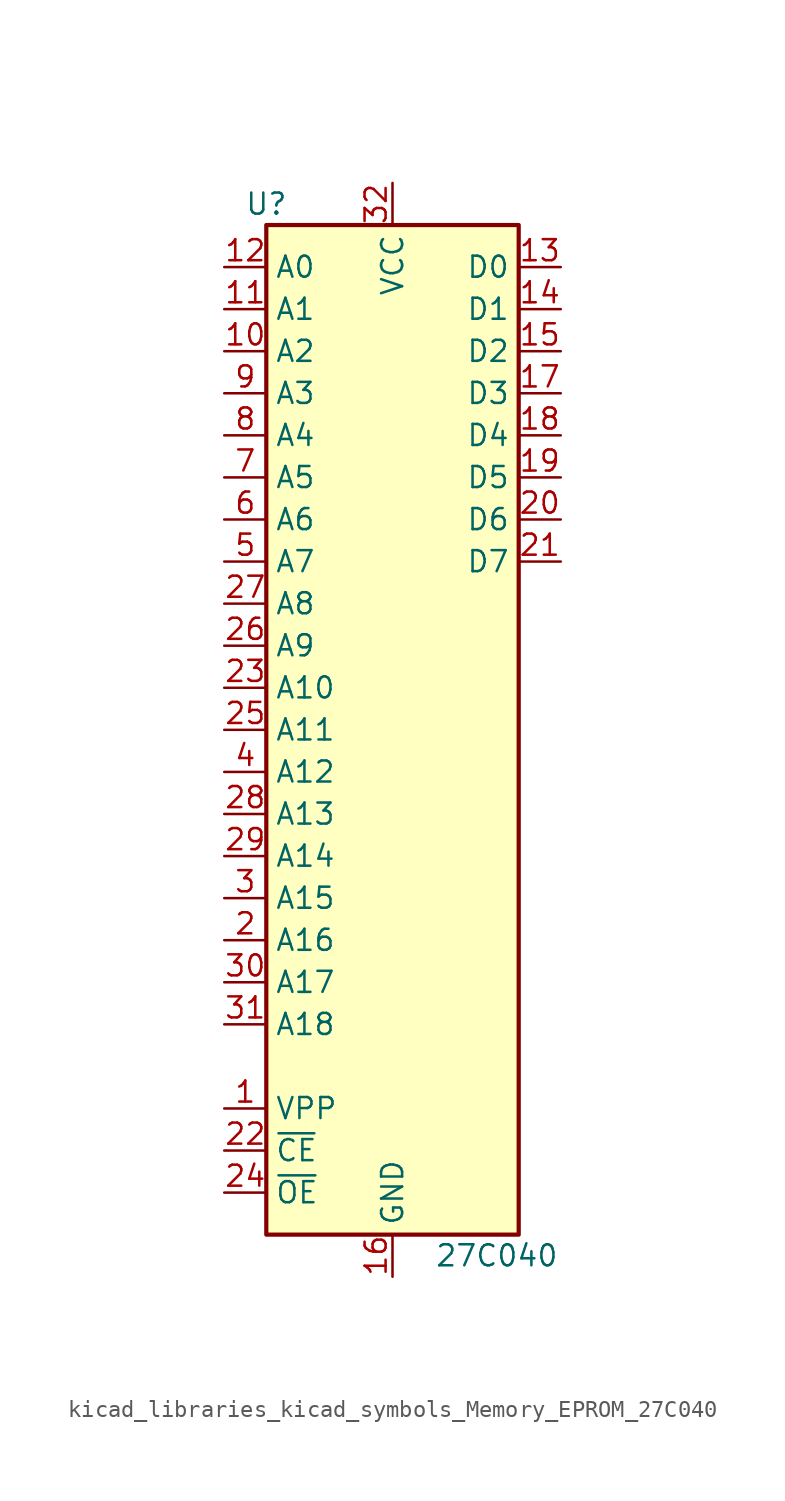
<source format=kicad_sym>
(kicad_symbol_lib
  (version 20220914)
  (generator kicad_symbol_editor)
  (symbol "kicad_libraries_kicad_symbols_Memory_EPROM_27C040"
    (property "Reference" "U"
      (at -7.62 31.75 0)
      (effects (font (size 1.27 1.27))))
    (property "Value" "27C040"
      (at 2.54 -31.75 0)
      (effects (font (size 1.27 1.27)) (justify left)))
    (symbol "kicad_libraries_kicad_symbols_Memory_EPROM_27C040_1_1"
      (rectangle (start -7.62 30.48) (end 7.62 -30.48) (stroke (width 0.254) (type default)) (fill (type background)))
      (pin input line (at -10.16 -22.86 0) (length 2.54) (name "VPP" (effects (font (size 1.27 1.27)))) (number "1" (effects (font (size 1.27 1.27)))))
      (pin input line (at -10.16 22.86 0) (length 2.54) (name "A2" (effects (font (size 1.27 1.27)))) (number "10" (effects (font (size 1.27 1.27)))))
      (pin input line (at -10.16 25.4 0) (length 2.54) (name "A1" (effects (font (size 1.27 1.27)))) (number "11" (effects (font (size 1.27 1.27)))))
      (pin input line (at -10.16 27.94 0) (length 2.54) (name "A0" (effects (font (size 1.27 1.27)))) (number "12" (effects (font (size 1.27 1.27)))))
      (pin tri_state line (at 10.16 27.94 180) (length 2.54) (name "D0" (effects (font (size 1.27 1.27)))) (number "13" (effects (font (size 1.27 1.27)))))
      (pin tri_state line (at 10.16 25.4 180) (length 2.54) (name "D1" (effects (font (size 1.27 1.27)))) (number "14" (effects (font (size 1.27 1.27)))))
      (pin tri_state line (at 10.16 22.86 180) (length 2.54) (name "D2" (effects (font (size 1.27 1.27)))) (number "15" (effects (font (size 1.27 1.27)))))
      (pin power_in line (at 0 -33.02 90) (length 2.54) (name "GND" (effects (font (size 1.27 1.27)))) (number "16" (effects (font (size 1.27 1.27)))))
      (pin tri_state line (at 10.16 20.32 180) (length 2.54) (name "D3" (effects (font (size 1.27 1.27)))) (number "17" (effects (font (size 1.27 1.27)))))
      (pin tri_state line (at 10.16 17.78 180) (length 2.54) (name "D4" (effects (font (size 1.27 1.27)))) (number "18" (effects (font (size 1.27 1.27)))))
      (pin tri_state line (at 10.16 15.24 180) (length 2.54) (name "D5" (effects (font (size 1.27 1.27)))) (number "19" (effects (font (size 1.27 1.27)))))
      (pin input line (at -10.16 -12.7 0) (length 2.54) (name "A16" (effects (font (size 1.27 1.27)))) (number "2" (effects (font (size 1.27 1.27)))))
      (pin tri_state line (at 10.16 12.7 180) (length 2.54) (name "D6" (effects (font (size 1.27 1.27)))) (number "20" (effects (font (size 1.27 1.27)))))
      (pin tri_state line (at 10.16 10.16 180) (length 2.54) (name "D7" (effects (font (size 1.27 1.27)))) (number "21" (effects (font (size 1.27 1.27)))))
      (pin input line (at -10.16 -25.4 0) (length 2.54) (name "~{CE}" (effects (font (size 1.27 1.27)))) (number "22" (effects (font (size 1.27 1.27)))))
      (pin input line (at -10.16 2.54 0) (length 2.54) (name "A10" (effects (font (size 1.27 1.27)))) (number "23" (effects (font (size 1.27 1.27)))))
      (pin input line (at -10.16 -27.94 0) (length 2.54) (name "~{OE}" (effects (font (size 1.27 1.27)))) (number "24" (effects (font (size 1.27 1.27)))))
      (pin input line (at -10.16 0 0) (length 2.54) (name "A11" (effects (font (size 1.27 1.27)))) (number "25" (effects (font (size 1.27 1.27)))))
      (pin input line (at -10.16 5.08 0) (length 2.54) (name "A9" (effects (font (size 1.27 1.27)))) (number "26" (effects (font (size 1.27 1.27)))))
      (pin input line (at -10.16 7.62 0) (length 2.54) (name "A8" (effects (font (size 1.27 1.27)))) (number "27" (effects (font (size 1.27 1.27)))))
      (pin input line (at -10.16 -5.08 0) (length 2.54) (name "A13" (effects (font (size 1.27 1.27)))) (number "28" (effects (font (size 1.27 1.27)))))
      (pin input line (at -10.16 -7.62 0) (length 2.54) (name "A14" (effects (font (size 1.27 1.27)))) (number "29" (effects (font (size 1.27 1.27)))))
      (pin input line (at -10.16 -10.16 0) (length 2.54) (name "A15" (effects (font (size 1.27 1.27)))) (number "3" (effects (font (size 1.27 1.27)))))
      (pin input line (at -10.16 -15.24 0) (length 2.54) (name "A17" (effects (font (size 1.27 1.27)))) (number "30" (effects (font (size 1.27 1.27)))))
      (pin input line (at -10.16 -17.78 0) (length 2.54) (name "A18" (effects (font (size 1.27 1.27)))) (number "31" (effects (font (size 1.27 1.27)))))
      (pin power_in line (at 0 33.02 270) (length 2.54) (name "VCC" (effects (font (size 1.27 1.27)))) (number "32" (effects (font (size 1.27 1.27)))))
      (pin input line (at -10.16 -2.54 0) (length 2.54) (name "A12" (effects (font (size 1.27 1.27)))) (number "4" (effects (font (size 1.27 1.27)))))
      (pin input line (at -10.16 10.16 0) (length 2.54) (name "A7" (effects (font (size 1.27 1.27)))) (number "5" (effects (font (size 1.27 1.27)))))
      (pin input line (at -10.16 12.7 0) (length 2.54) (name "A6" (effects (font (size 1.27 1.27)))) (number "6" (effects (font (size 1.27 1.27)))))
      (pin input line (at -10.16 15.24 0) (length 2.54) (name "A5" (effects (font (size 1.27 1.27)))) (number "7" (effects (font (size 1.27 1.27)))))
      (pin input line (at -10.16 17.78 0) (length 2.54) (name "A4" (effects (font (size 1.27 1.27)))) (number "8" (effects (font (size 1.27 1.27)))))
      (pin input line (at -10.16 20.32 0) (length 2.54) (name "A3" (effects (font (size 1.27 1.27)))) (number "9" (effects (font (size 1.27 1.27))))))))
</source>
